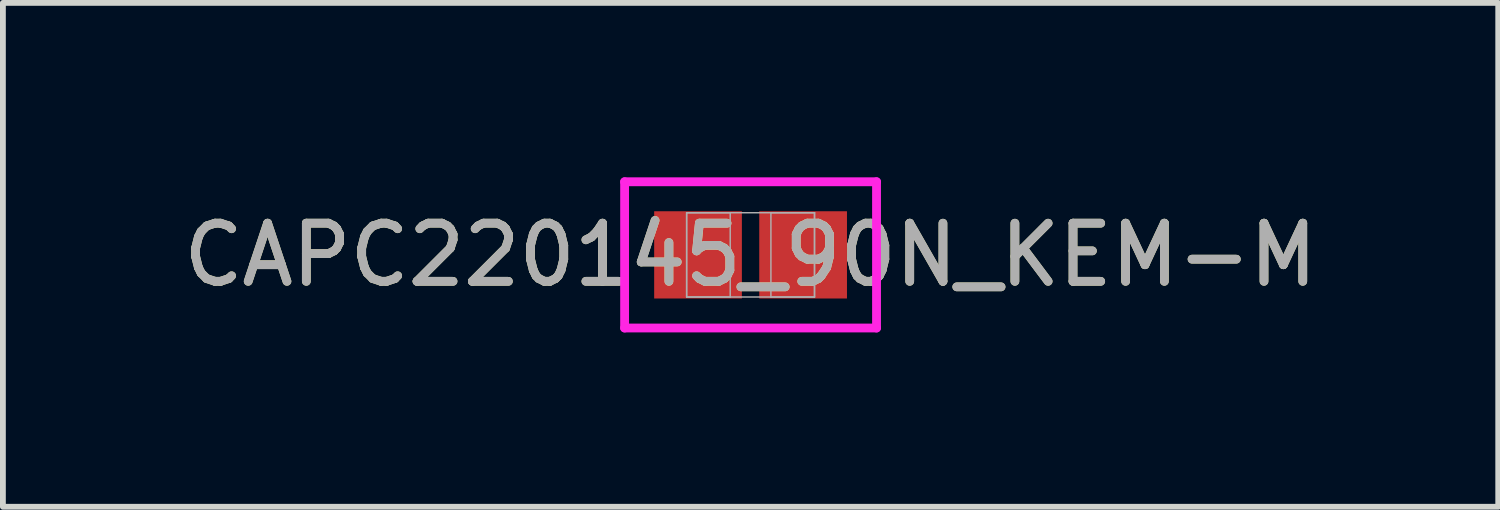
<source format=kicad_pcb>
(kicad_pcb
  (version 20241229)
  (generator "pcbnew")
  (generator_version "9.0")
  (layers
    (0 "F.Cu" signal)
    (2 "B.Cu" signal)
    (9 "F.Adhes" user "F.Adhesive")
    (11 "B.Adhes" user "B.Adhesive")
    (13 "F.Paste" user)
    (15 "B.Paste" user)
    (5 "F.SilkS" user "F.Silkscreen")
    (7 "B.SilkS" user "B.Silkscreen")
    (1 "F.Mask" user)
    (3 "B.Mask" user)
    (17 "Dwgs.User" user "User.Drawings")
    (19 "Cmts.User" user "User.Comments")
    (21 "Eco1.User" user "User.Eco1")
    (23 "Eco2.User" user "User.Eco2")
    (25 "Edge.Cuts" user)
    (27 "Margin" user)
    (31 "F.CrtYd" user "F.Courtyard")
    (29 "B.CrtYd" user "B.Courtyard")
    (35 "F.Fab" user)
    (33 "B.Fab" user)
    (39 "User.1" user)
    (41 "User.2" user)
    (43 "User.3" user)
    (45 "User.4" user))
  (footprint "CAPC220145_90N_KEM-M"
    (layer "F.Cu")
    (at 9.863 1.335)
    (property "Reference" "CAPC220145_90N_KEM-M" (at 0 0 0) (unlocked yes) (layer "F.SilkS") (effects (font (size 1 1) (thickness 0.15))))
    (attr smd)
    (fp_line (start -2.167 -1.258) (end 2.167 -1.258) (stroke (width 0.152) (type solid)) (layer "F.CrtYd"))
    (fp_line (start -2.167 1.258) (end -2.167 -1.258) (stroke (width 0.152) (type solid)) (layer "F.CrtYd"))
    (fp_line (start 2.167 -1.258) (end 2.167 1.258) (stroke (width 0.152) (type solid)) (layer "F.CrtYd"))
    (fp_line (start 2.167 1.258) (end -2.167 1.258) (stroke (width 0.152) (type solid)) (layer "F.CrtYd"))
    (fp_line (start -1.1 -0.725) (end -1.1 0.725) (stroke (width 0.025) (type solid)) (layer "F.Fab"))
    (fp_line (start -1.1 -0.725) (end -1.1 0.725) (stroke (width 0.025) (type solid)) (layer "F.Fab"))
    (fp_line (start -1.1 0.725) (end -0.35 0.725) (stroke (width 0.025) (type solid)) (layer "F.Fab"))
    (fp_line (start -1.1 0.725) (end 1.1 0.725) (stroke (width 0.025) (type solid)) (layer "F.Fab"))
    (fp_line (start -0.35 -0.725) (end -1.1 -0.725) (stroke (width 0.025) (type solid)) (layer "F.Fab"))
    (fp_line (start -0.35 0.725) (end -0.35 -0.725) (stroke (width 0.025) (type solid)) (layer "F.Fab"))
    (fp_line (start 0.35 -0.725) (end 0.35 0.725) (stroke (width 0.025) (type solid)) (layer "F.Fab"))
    (fp_line (start 0.35 0.725) (end 1.1 0.725) (stroke (width 0.025) (type solid)) (layer "F.Fab"))
    (fp_line (start 1.1 -0.725) (end -1.1 -0.725) (stroke (width 0.025) (type solid)) (layer "F.Fab"))
    (fp_line (start 1.1 -0.725) (end 0.35 -0.725) (stroke (width 0.025) (type solid)) (layer "F.Fab"))
    (fp_line (start 1.1 0.725) (end 1.1 -0.725) (stroke (width 0.025) (type solid)) (layer "F.Fab"))
    (fp_line (start 1.1 0.725) (end 1.1 -0.725) (stroke (width 0.025) (type solid)) (layer "F.Fab"))
    (fp_text user "${REFERENCE}" (at 0 0 0) (unlocked yes) (layer "F.Fab") (effects (font (size 1 1) (thickness 0.15))))
    (pad "1" smd rect (at -0.904 0) (size 1.509 1.501) (layers "F.Cu" "F.Mask" "F.Paste"))
    (pad "2" smd rect (at 0.904 0) (size 1.509 1.501) (layers "F.Cu" "F.Mask" "F.Paste"))
    (zone (net_name "") (layer "F.Cu") (hatch full 0.508) (connect_pads) (min_thickness 0.254) (filled_areas_thickness no) (keepout (tracks not_allowed) (vias not_allowed) (pads allowed) (copperpour not_allowed) (footprints allowed)) (placement (enabled no)) (fill) (polygon (pts (xy 9.764 0.66) (xy 9.962 0.66) (xy 9.962 2.009) (xy 9.764 2.009)))))
  (gr_rect
    (start -3 -3)
    (end 22.726 5.669)
    (stroke (width 0.1) (type default))
    (fill no)
    (layer "Edge.Cuts")))
</source>
